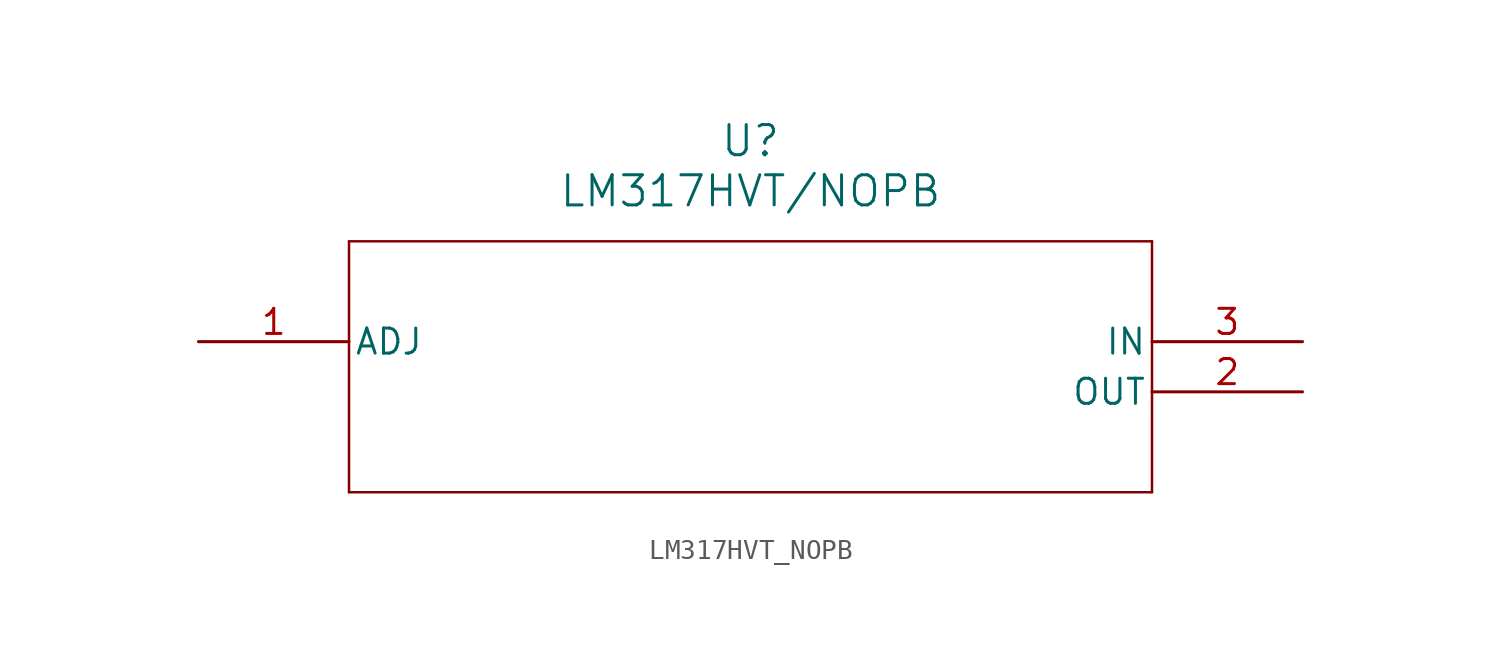
<source format=kicad_sym>
(kicad_symbol_lib
  (version 20211014)
  (generator kicad_symbol_editor)
  (symbol "LM317HVT_NOPB"
    (pin_names
      (offset 0.254))
    (property "Reference" "U"
      (at 27.94 10.16 0)
      (effects (font (size 1.524 1.524))))
    (property "Value" "LM317HVT/NOPB"
      (at 27.94 7.62 0)
      (effects (font (size 1.524 1.524))))
    (symbol "LM317HVT_NOPB_0_1"
      (polyline (pts (xy 7.62 5.08) (xy 7.62 -7.62)) (stroke (width 0.127) (type default) (color 0 0 0 0)) (fill (type none)))
      (polyline (pts (xy 7.62 -7.62) (xy 48.26 -7.62)) (stroke (width 0.127) (type default) (color 0 0 0 0)) (fill (type none)))
      (polyline (pts (xy 48.26 -7.62) (xy 48.26 5.08)) (stroke (width 0.127) (type default) (color 0 0 0 0)) (fill (type none)))
      (polyline (pts (xy 48.26 5.08) (xy 7.62 5.08)) (stroke (width 0.127) (type default) (color 0 0 0 0)) (fill (type none)))
      (pin input line (at 0 0 0) (length 7.62) (name "ADJ" (effects (font (size 1.27 1.27)))) (number "1" (effects (font (size 1.27 1.27)))))
      (pin power_in line (at 55.88 -2.54 180) (length 7.62) (name "OUT" (effects (font (size 1.27 1.27)))) (number "2" (effects (font (size 1.27 1.27)))))
      (pin power_in line (at 55.88 0 180) (length 7.62) (name "IN" (effects (font (size 1.27 1.27)))) (number "3" (effects (font (size 1.27 1.27))))))))
</source>
